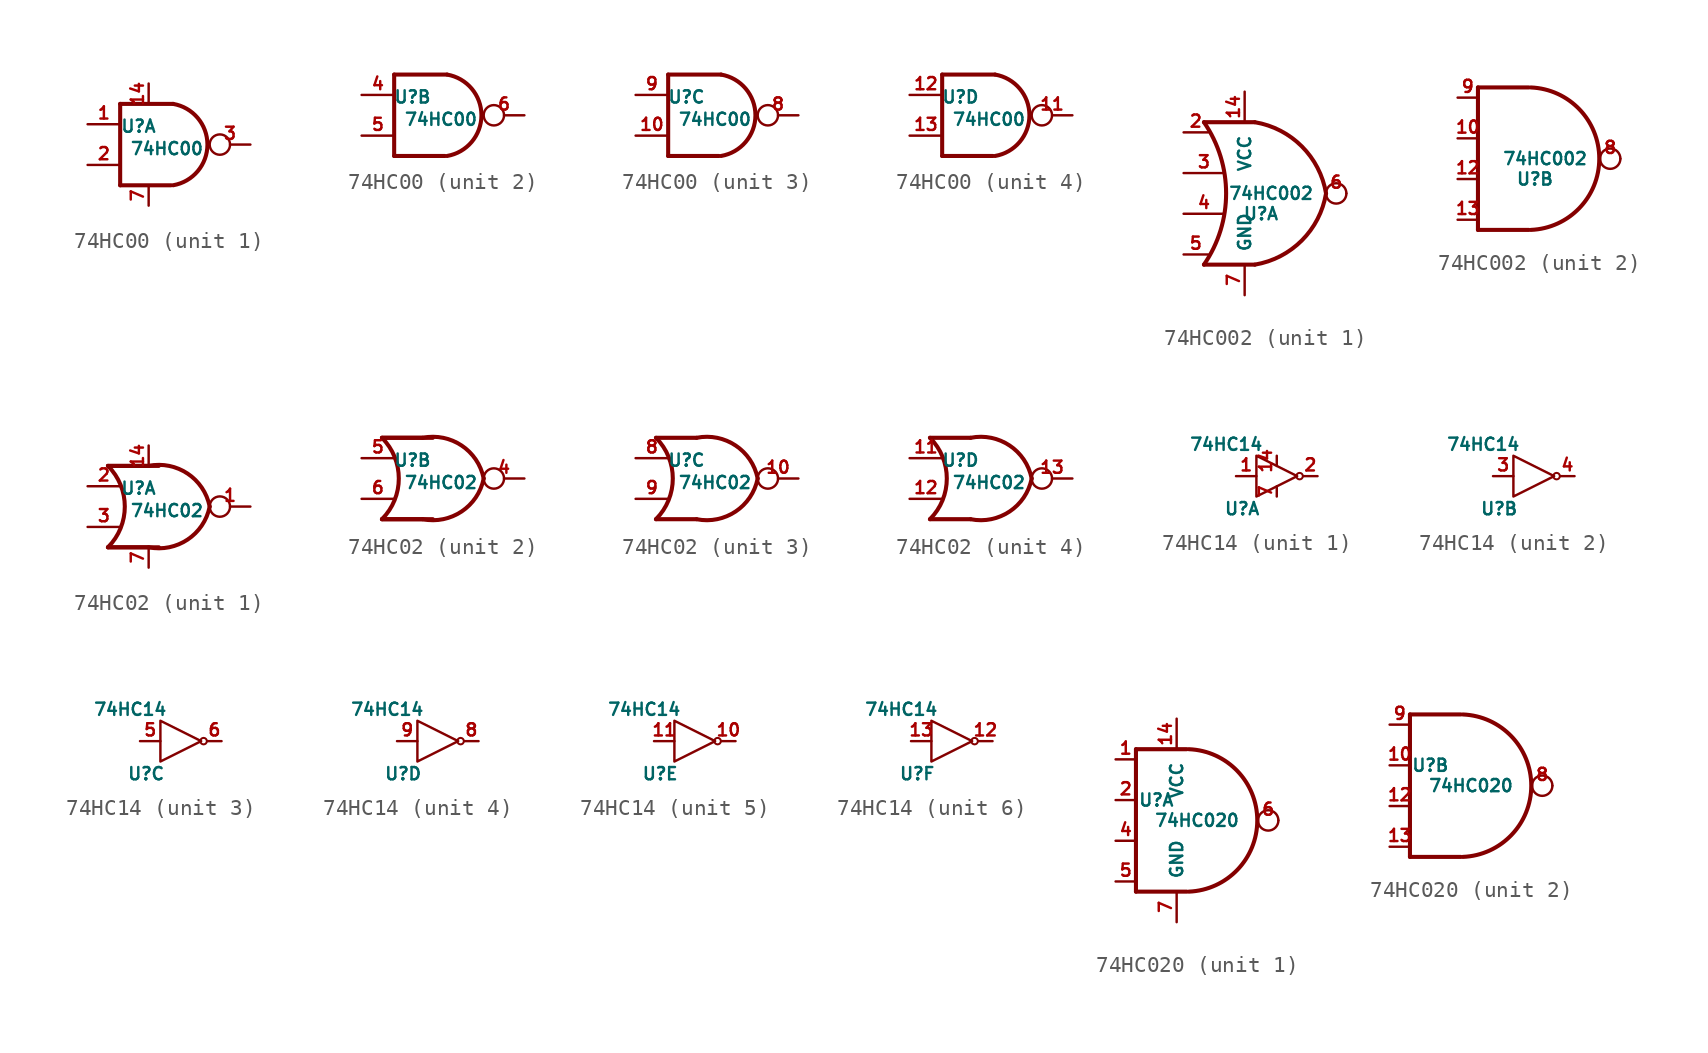
<source format=kicad_sym>
(kicad_symbol_lib
  (version 20210619)
  (generator kicad_symbol_editor)
  (symbol "Bobs_Illogic:74HC00"
    (pin_names
      (offset 0) hide)
    (property "Reference" "U"
      (at -0.635 1.143 0)
      (effects (font (size 0.762 0.762))))
    (property "Value" "74HC00"
      (at 1.143 -0.254 0)
      (effects (font (size 0.762 0.762))))
    (symbol "74HC00_0_1"
      (arc (start 1.524 2.54) (end 1.524 -2.54) (radius (at 1.0922 0) (length 2.5654) (angles 80.5 -80.5)) (stroke (width 0.254)) (fill (type none)))
      (polyline (pts (xy -1.778 -2.54) (xy -1.778 2.54)) (stroke (width 0.254)) (fill (type none)))
      (polyline (pts (xy -1.778 -2.54) (xy 1.397 -2.54)) (stroke (width 0.254)) (fill (type background)))
      (polyline (pts (xy -1.778 2.54) (xy 1.524 2.54)) (stroke (width 0.254)) (fill (type background))))
    (symbol "74HC00_1_1"
      (pin input line (at -3.81 1.27 0) (length 2.032) (name "~" (effects (font (size 0.762 0.762)))) (number "1" (effects (font (size 0.762 0.762)))))
      (pin input line (at 0 3.81 270) (length 1.27) (name "VCC" (effects (font (size 0.762 0.762)))) (number "14" (effects (font (size 0.762 0.762)))))
      (pin input line (at -3.81 -1.27 0) (length 2.032) (name "~" (effects (font (size 0.762 0.762)))) (number "2" (effects (font (size 0.762 0.762)))))
      (pin output inverted (at 6.35 0 180) (length 2.54) (name "~" (effects (font (size 0.762 0.762)))) (number "3" (effects (font (size 0.762 0.762)))))
      (pin input line (at 0 -3.81 90) (length 1.27) (name "GND" (effects (font (size 0.762 0.762)))) (number "7" (effects (font (size 0.762 0.762))))))
    (symbol "74HC00_2_1"
      (pin input line (at -3.81 1.27 0) (length 2.032) (name "~" (effects (font (size 0.762 0.762)))) (number "4" (effects (font (size 0.762 0.762)))))
      (pin input line (at -3.81 -1.27 0) (length 2.032) (name "~" (effects (font (size 0.762 0.762)))) (number "5" (effects (font (size 0.762 0.762)))))
      (pin output inverted (at 6.35 0 180) (length 2.54) (name "~" (effects (font (size 0.762 0.762)))) (number "6" (effects (font (size 0.762 0.762))))))
    (symbol "74HC00_3_1"
      (pin input line (at -3.81 -1.27 0) (length 2.032) (name "~" (effects (font (size 0.762 0.762)))) (number "10" (effects (font (size 0.762 0.762)))))
      (pin output inverted (at 6.35 0 180) (length 2.54) (name "~" (effects (font (size 0.762 0.762)))) (number "8" (effects (font (size 0.762 0.762)))))
      (pin input line (at -3.81 1.27 0) (length 2.032) (name "~" (effects (font (size 0.762 0.762)))) (number "9" (effects (font (size 0.762 0.762))))))
    (symbol "74HC00_4_1"
      (pin output inverted (at 6.35 0 180) (length 2.54) (name "~" (effects (font (size 0.762 0.762)))) (number "11" (effects (font (size 0.762 0.762)))))
      (pin input line (at -3.81 1.27 0) (length 2.032) (name "~" (effects (font (size 0.762 0.762)))) (number "12" (effects (font (size 0.762 0.762)))))
      (pin input line (at -3.81 -1.27 0) (length 2.032) (name "~" (effects (font (size 0.762 0.762)))) (number "13" (effects (font (size 0.762 0.762)))))))
  (symbol "Bobs_Illogic:74HC002"
    (pin_names
      (offset 0.762))
    (property "Reference" "U"
      (at -0.254 -1.27 0)
      (effects (font (size 0.762 0.762))))
    (property "Value" "74HC002"
      (at 0.381 0 0)
      (effects (font (size 0.762 0.762))))
    (property "ki_locked" ""
      (at 0 0 0)
      (effects (font (size 1.27 1.27))))
    (symbol "74HC002_1_1"
      (arc (start -3.81 4.445) (end -3.81 -4.445) (radius (at -10.2616 0) (length 7.8232) (angles 34.6 -34.6)) (stroke (width 0.254)) (fill (type none)))
      (arc (start 3.81 0) (end -0.635 4.445) (radius (at -1.524 -0.889) (length 5.4102) (angles 9.4 80.6)) (stroke (width 0.254)) (fill (type none)))
      (arc (start -0.635 -4.445) (end 3.81 0) (radius (at -1.524 0.889) (length 5.4102) (angles -80.6 -9.4)) (stroke (width 0.254)) (fill (type none)))
      (polyline (pts (xy -3.81 -4.445) (xy -0.635 -4.445)) (stroke (width 0.254)) (fill (type background)))
      (polyline (pts (xy -3.81 4.445) (xy -0.635 4.445)) (stroke (width 0.254)) (fill (type background)))
      (pin power_in line (at -1.27 6.35 270) (length 1.905) (name "VCC" (effects (font (size 0.762 0.762)))) (number "14" (effects (font (size 0.762 0.762)))))
      (pin input line (at -5.08 3.81 0) (length 1.524) (name "~" (effects (font (size 0.762 0.762)))) (number "2" (effects (font (size 0.762 0.762)))))
      (pin input line (at -5.08 1.27 0) (length 2.54) (name "~" (effects (font (size 0.762 0.762)))) (number "3" (effects (font (size 0.762 0.762)))))
      (pin input line (at -5.08 -1.27 0) (length 2.54) (name "~" (effects (font (size 0.762 0.762)))) (number "4" (effects (font (size 0.762 0.762)))))
      (pin input line (at -5.08 -3.81 0) (length 1.524) (name "~" (effects (font (size 0.762 0.762)))) (number "5" (effects (font (size 0.762 0.762)))))
      (pin output inverted (at 5.08 0 180) (length 1.27) (name "~" (effects (font (size 0.762 0.762)))) (number "6" (effects (font (size 0.762 0.762)))))
      (pin power_in line (at -1.27 -6.35 90) (length 1.905) (name "GND" (effects (font (size 0.762 0.762)))) (number "7" (effects (font (size 0.762 0.762))))))
    (symbol "74HC002_2_1"
      (arc (start -0.508 4.445) (end -0.508 -4.445) (radius (at -0.6858 0) (length 4.445) (angles 87.9 -87.9)) (stroke (width 0.254)) (fill (type none)))
      (polyline (pts (xy -3.81 4.445) (xy -3.81 -4.445)) (stroke (width 0.254)) (fill (type none)))
      (polyline (pts (xy -3.81 -4.445) (xy -0.635 -4.445)) (stroke (width 0.254)) (fill (type background)))
      (polyline (pts (xy -3.81 4.445) (xy -0.635 4.445)) (stroke (width 0.254)) (fill (type background)))
      (pin input line (at -5.08 1.27 0) (length 1.27) (name "~" (effects (font (size 0.762 0.762)))) (number "10" (effects (font (size 0.762 0.762)))))
      (pin input line (at -5.08 -1.27 0) (length 1.27) (name "~" (effects (font (size 0.762 0.762)))) (number "12" (effects (font (size 0.762 0.762)))))
      (pin input line (at -5.08 -3.81 0) (length 1.27) (name "~" (effects (font (size 0.762 0.762)))) (number "13" (effects (font (size 0.762 0.762)))))
      (pin output inverted (at 5.08 0 180) (length 1.27) (name "~" (effects (font (size 0.762 0.762)))) (number "8" (effects (font (size 0.762 0.762)))))
      (pin input line (at -5.08 3.81 0) (length 1.27) (name "~" (effects (font (size 0.762 0.762)))) (number "9" (effects (font (size 0.762 0.762)))))))
  (symbol "Bobs_Illogic:74HC02"
    (pin_names
      (offset 0) hide)
    (property "Reference" "U"
      (at -0.635 1.143 0)
      (effects (font (size 0.762 0.762))))
    (property "Value" "74HC02"
      (at 1.143 -0.254 0)
      (effects (font (size 0.762 0.762))))
    (symbol "74HC02_0_1"
      (arc (start -2.54 -2.54) (end -2.54 2.54) (radius (at -5.08 0) (length 3.5814) (angles -45 45)) (stroke (width 0.254)) (fill (type none)))
      (arc (start 0 2.54) (end 3.81 0) (radius (at 0.635 -0.635) (length 3.2258) (angles 101.3 11.3)) (stroke (width 0.254)) (fill (type none)))
      (arc (start 3.81 0) (end 0 -2.54) (radius (at 0.635 0.635) (length 3.2258) (angles -11.3 -101.3)) (stroke (width 0.254)) (fill (type none)))
      (polyline (pts (xy -2.54 -2.54) (xy 0 -2.54)) (stroke (width 0.254)) (fill (type none)))
      (polyline (pts (xy -2.54 2.54) (xy 0 2.54)) (stroke (width 0.254)) (fill (type none))))
    (symbol "74HC02_1_1"
      (polyline (pts (xy -2.54 -2.54) (xy 0.635 -2.54)) (stroke (width 0.254)) (fill (type background)))
      (polyline (pts (xy -2.54 2.54) (xy 0.635 2.54)) (stroke (width 0.254)) (fill (type background)))
      (pin output inverted (at 6.35 0 180) (length 2.54) (name "~" (effects (font (size 0.762 0.762)))) (number "1" (effects (font (size 0.762 0.762)))))
      (pin input line (at 0 3.81 270) (length 1.27) (name "VCC" (effects (font (size 0.762 0.762)))) (number "14" (effects (font (size 0.762 0.762)))))
      (pin input line (at -3.81 1.27 0) (length 2.032) (name "~" (effects (font (size 0.762 0.762)))) (number "2" (effects (font (size 0.762 0.762)))))
      (pin input line (at -3.81 -1.27 0) (length 2.032) (name "~" (effects (font (size 0.762 0.762)))) (number "3" (effects (font (size 0.762 0.762)))))
      (pin input line (at 0 -3.81 90) (length 1.27) (name "GND" (effects (font (size 0.762 0.762)))) (number "7" (effects (font (size 0.762 0.762))))))
    (symbol "74HC02_2_1"
      (polyline (pts (xy -2.54 -2.54) (xy 0.635 -2.54)) (stroke (width 0.254)) (fill (type background)))
      (polyline (pts (xy -2.54 2.54) (xy 0.635 2.54)) (stroke (width 0.254)) (fill (type background)))
      (pin output inverted (at 6.35 0 180) (length 2.54) (name "~" (effects (font (size 0.762 0.762)))) (number "4" (effects (font (size 0.762 0.762)))))
      (pin input line (at -3.81 1.27 0) (length 2.032) (name "~" (effects (font (size 0.762 0.762)))) (number "5" (effects (font (size 0.762 0.762)))))
      (pin input line (at -3.81 -1.27 0) (length 2.032) (name "~" (effects (font (size 0.762 0.762)))) (number "6" (effects (font (size 0.762 0.762))))))
    (symbol "74HC02_3_1"
      (pin output inverted (at 6.35 0 180) (length 2.54) (name "~" (effects (font (size 0.762 0.762)))) (number "10" (effects (font (size 0.762 0.762)))))
      (pin input line (at -3.81 1.27 0) (length 2.032) (name "~" (effects (font (size 0.762 0.762)))) (number "8" (effects (font (size 0.762 0.762)))))
      (pin input line (at -3.81 -1.27 0) (length 2.032) (name "~" (effects (font (size 0.762 0.762)))) (number "9" (effects (font (size 0.762 0.762))))))
    (symbol "74HC02_4_1"
      (pin input line (at -3.81 1.27 0) (length 2.032) (name "~" (effects (font (size 0.762 0.762)))) (number "11" (effects (font (size 0.762 0.762)))))
      (pin input line (at -3.81 -1.27 0) (length 2.032) (name "~" (effects (font (size 0.762 0.762)))) (number "12" (effects (font (size 0.762 0.762)))))
      (pin output inverted (at 6.35 0 180) (length 2.54) (name "~" (effects (font (size 0.762 0.762)))) (number "13" (effects (font (size 0.762 0.762)))))))
  (symbol "Bobs_Illogic:74HC14"
    (pin_names
      (offset 0) hide)
    (property "Reference" "U"
      (at -2.159 -2.032 0)
      (effects (font (size 0.762 0.762))))
    (property "Value" "74HC14"
      (at -3.15 1.981 0)
      (effects (font (size 0.762 0.762))))
    (property "ki_locked" ""
      (at 0 0 0)
      (effects (font (size 1.27 1.27))))
    (symbol "74HC14_0_1"
      (circle (center 1.422 0) (radius 0.203) (stroke (width 0.127)) (fill (type none)))
      (polyline (pts (xy -1.27 1.27) (xy -1.27 -1.27) (xy 1.27 0) (xy -1.27 1.27)) (stroke (width 0)) (fill (type none))))
    (symbol "74HC14_1_1"
      (pin input line (at -2.54 0 0) (length 1.27) (name "Input" (effects (font (size 0.762 0.762)))) (number "1" (effects (font (size 0.762 0.762)))))
      (pin power_in line (at 0 1.27 270) (length 0.635) (name "Vcc" (effects (font (size 0.762 0.762)))) (number "14" (effects (font (size 0.762 0.762)))))
      (pin output line (at 2.54 0 180) (length 0.889) (name "Output" (effects (font (size 0.762 0.762)))) (number "2" (effects (font (size 0.762 0.762)))))
      (pin power_in line (at 0 -1.27 90) (length 0.635) (name "Gnd" (effects (font (size 0.762 0.762)))) (number "7" (effects (font (size 0.762 0.762))))))
    (symbol "74HC14_2_1"
      (pin input line (at -2.54 0 0) (length 1.27) (name "Input" (effects (font (size 0.762 0.762)))) (number "3" (effects (font (size 0.762 0.762)))))
      (pin output line (at 2.54 0 180) (length 0.889) (name "Output" (effects (font (size 0.762 0.762)))) (number "4" (effects (font (size 0.762 0.762))))))
    (symbol "74HC14_3_1"
      (pin input line (at -2.54 0 0) (length 1.27) (name "Input" (effects (font (size 0.762 0.762)))) (number "5" (effects (font (size 0.762 0.762)))))
      (pin output line (at 2.54 0 180) (length 0.889) (name "Output" (effects (font (size 0.762 0.762)))) (number "6" (effects (font (size 0.762 0.762))))))
    (symbol "74HC14_4_1"
      (pin output line (at 2.54 0 180) (length 0.889) (name "Output" (effects (font (size 0.762 0.762)))) (number "8" (effects (font (size 0.762 0.762)))))
      (pin input line (at -2.54 0 0) (length 1.27) (name "Input" (effects (font (size 0.762 0.762)))) (number "9" (effects (font (size 0.762 0.762))))))
    (symbol "74HC14_5_1"
      (pin output line (at 2.54 0 180) (length 0.889) (name "Output" (effects (font (size 0.762 0.762)))) (number "10" (effects (font (size 0.762 0.762)))))
      (pin input line (at -2.54 0 0) (length 1.27) (name "Input" (effects (font (size 0.762 0.762)))) (number "11" (effects (font (size 0.762 0.762))))))
    (symbol "74HC14_6_1"
      (pin output line (at 2.54 0 180) (length 0.889) (name "Output" (effects (font (size 0.762 0.762)))) (number "12" (effects (font (size 0.762 0.762)))))
      (pin input line (at -2.54 0 0) (length 1.27) (name "Input" (effects (font (size 0.762 0.762)))) (number "13" (effects (font (size 0.762 0.762)))))))
  (symbol "Bobs_Illogic:74HC020"
    (pin_names
      (offset 0.762))
    (property "Reference" "U"
      (at -2.54 1.27 0)
      (effects (font (size 0.762 0.762))))
    (property "Value" "74HC020"
      (at 0 0 0)
      (effects (font (size 0.762 0.762))))
    (property "ki_locked" ""
      (at 0 0 0)
      (effects (font (size 1.27 1.27))))
    (symbol "74HC020_1_1"
      (arc (start -0.508 4.445) (end -0.508 -4.445) (radius (at -0.6858 0) (length 4.445) (angles 87.9 -87.9)) (stroke (width 0.254)) (fill (type none)))
      (polyline (pts (xy -3.81 4.445) (xy -3.81 -4.445)) (stroke (width 0.254)) (fill (type none)))
      (polyline (pts (xy -3.81 -4.445) (xy -0.635 -4.445)) (stroke (width 0.254)) (fill (type background)))
      (polyline (pts (xy -3.81 4.445) (xy -0.635 4.445)) (stroke (width 0.254)) (fill (type background)))
      (pin input line (at -5.08 3.81 0) (length 1.27) (name "~" (effects (font (size 0.762 0.762)))) (number "1" (effects (font (size 0.762 0.762)))))
      (pin power_in line (at -1.27 6.35 270) (length 1.905) (name "VCC" (effects (font (size 0.762 0.762)))) (number "14" (effects (font (size 0.762 0.762)))))
      (pin input line (at -5.08 1.27 0) (length 1.27) (name "~" (effects (font (size 0.762 0.762)))) (number "2" (effects (font (size 0.762 0.762)))))
      (pin input line (at -5.08 -1.27 0) (length 1.27) (name "~" (effects (font (size 0.762 0.762)))) (number "4" (effects (font (size 0.762 0.762)))))
      (pin input line (at -5.08 -3.81 0) (length 1.27) (name "~" (effects (font (size 0.762 0.762)))) (number "5" (effects (font (size 0.762 0.762)))))
      (pin output inverted (at 5.08 0 180) (length 1.27) (name "~" (effects (font (size 0.762 0.762)))) (number "6" (effects (font (size 0.762 0.762)))))
      (pin power_in line (at -1.27 -6.35 90) (length 1.905) (name "GND" (effects (font (size 0.762 0.762)))) (number "7" (effects (font (size 0.762 0.762))))))
    (symbol "74HC020_2_1"
      (arc (start -0.508 4.445) (end -0.508 -4.445) (radius (at -0.6858 0) (length 4.445) (angles 87.9 -87.9)) (stroke (width 0.254)) (fill (type none)))
      (polyline (pts (xy -3.81 4.445) (xy -3.81 -4.445)) (stroke (width 0.254)) (fill (type none)))
      (polyline (pts (xy -3.81 -4.445) (xy -0.635 -4.445)) (stroke (width 0.254)) (fill (type background)))
      (polyline (pts (xy -3.81 4.445) (xy -0.635 4.445)) (stroke (width 0.254)) (fill (type background)))
      (pin input line (at -5.08 1.27 0) (length 1.27) (name "~" (effects (font (size 0.762 0.762)))) (number "10" (effects (font (size 0.762 0.762)))))
      (pin input line (at -5.08 -1.27 0) (length 1.27) (name "~" (effects (font (size 0.762 0.762)))) (number "12" (effects (font (size 0.762 0.762)))))
      (pin input line (at -5.08 -3.81 0) (length 1.27) (name "~" (effects (font (size 0.762 0.762)))) (number "13" (effects (font (size 0.762 0.762)))))
      (pin output inverted (at 5.08 0 180) (length 1.27) (name "~" (effects (font (size 0.762 0.762)))) (number "8" (effects (font (size 0.762 0.762)))))
      (pin input line (at -5.08 3.81 0) (length 1.27) (name "~" (effects (font (size 0.762 0.762)))) (number "9" (effects (font (size 0.762 0.762))))))))
</source>
